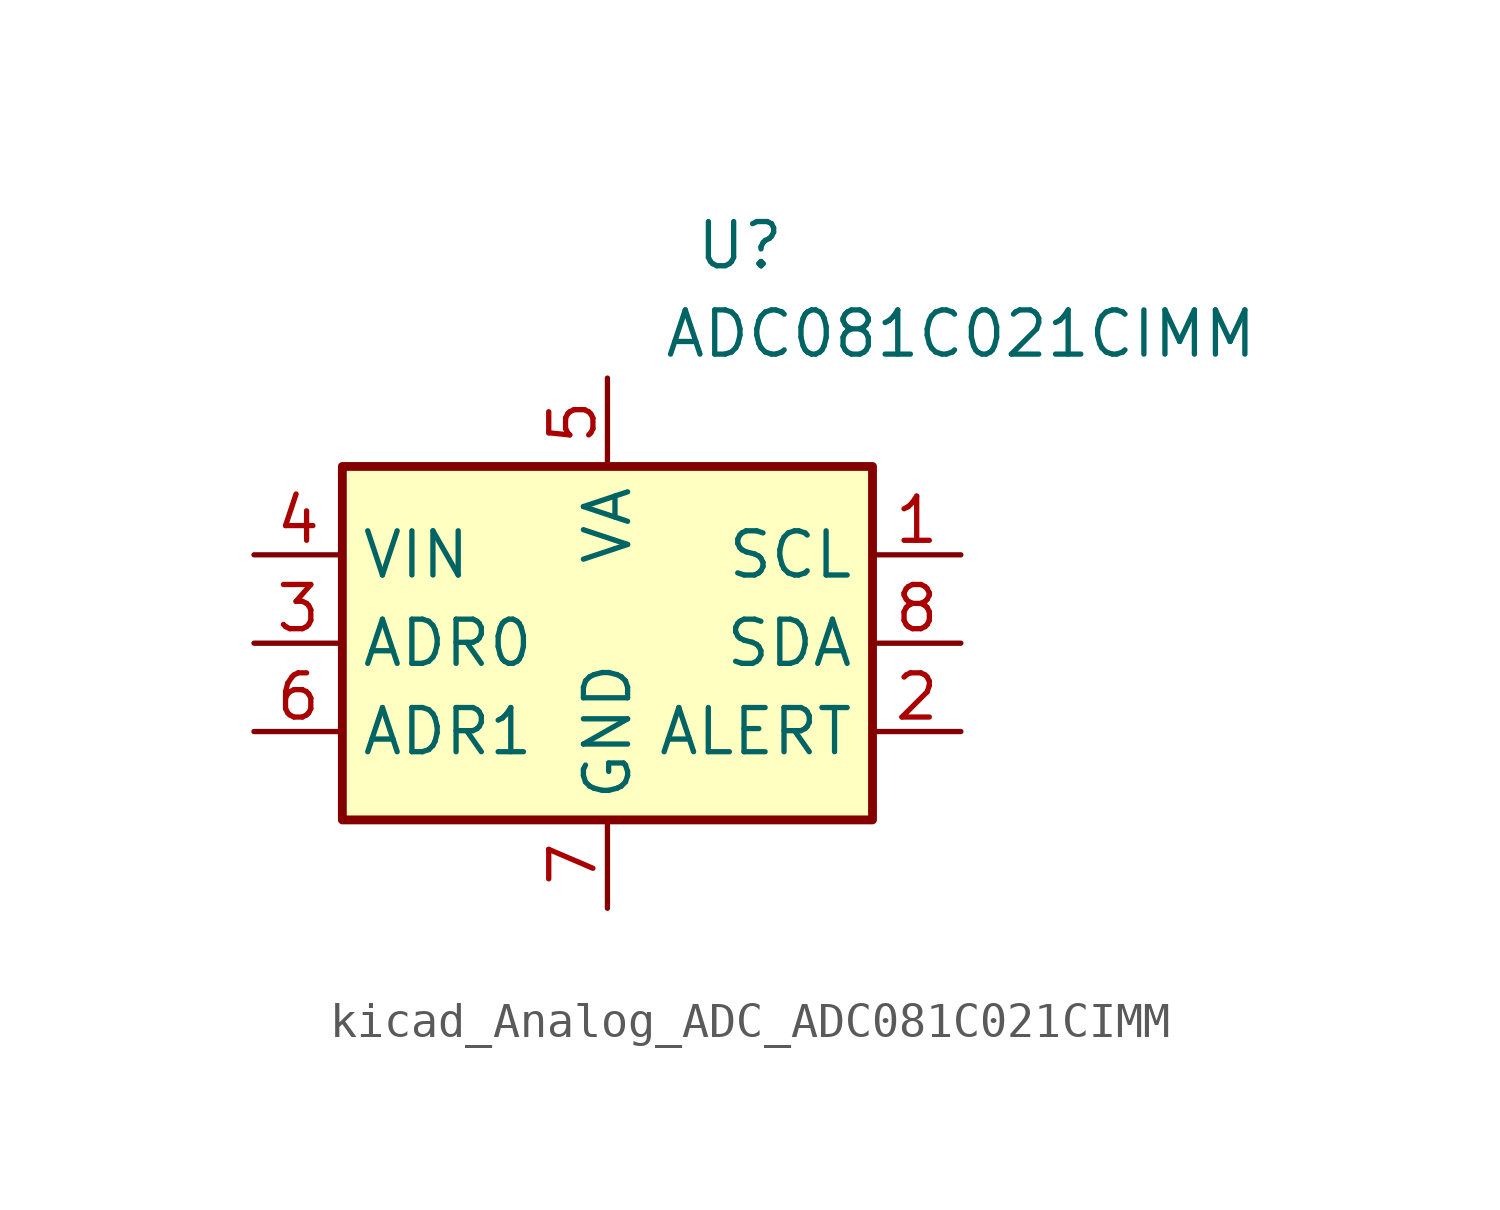
<source format=kicad_sym>
(kicad_symbol_lib
  (version 20220914)
  (generator kicad_symbol_editor)
  (symbol "kicad_Analog_ADC_ADC081C021CIMM"
    (property "Reference" "U"
      (at 3.81 11.43 0)
      (effects (font (size 1.27 1.27))))
    (property "Value" "ADC081C021CIMM"
      (at 10.16 8.89 0)
      (effects (font (size 1.27 1.27))))
    (symbol "kicad_Analog_ADC_ADC081C021CIMM_0_1"
      (rectangle (start -7.62 5.08) (end 7.62 -5.08) (stroke (width 0.254) (type default)) (fill (type background))))
    (symbol "kicad_Analog_ADC_ADC081C021CIMM_1_1"
      (pin input line (at 10.16 2.54 180) (length 2.54) (name "SCL" (effects (font (size 1.27 1.27)))) (number "1" (effects (font (size 1.27 1.27)))))
      (pin open_collector line (at 10.16 -2.54 180) (length 2.54) (name "ALERT" (effects (font (size 1.27 1.27)))) (number "2" (effects (font (size 1.27 1.27)))))
      (pin input line (at -10.16 0 0) (length 2.54) (name "ADR0" (effects (font (size 1.27 1.27)))) (number "3" (effects (font (size 1.27 1.27)))))
      (pin input line (at -10.16 2.54 0) (length 2.54) (name "VIN" (effects (font (size 1.27 1.27)))) (number "4" (effects (font (size 1.27 1.27)))))
      (pin power_in line (at 0 7.62 270) (length 2.54) (name "VA" (effects (font (size 1.27 1.27)))) (number "5" (effects (font (size 1.27 1.27)))))
      (pin input line (at -10.16 -2.54 0) (length 2.54) (name "ADR1" (effects (font (size 1.27 1.27)))) (number "6" (effects (font (size 1.27 1.27)))))
      (pin power_in line (at 0 -7.62 90) (length 2.54) (name "GND" (effects (font (size 1.27 1.27)))) (number "7" (effects (font (size 1.27 1.27)))))
      (pin bidirectional line (at 10.16 0 180) (length 2.54) (name "SDA" (effects (font (size 1.27 1.27)))) (number "8" (effects (font (size 1.27 1.27))))))))
</source>
